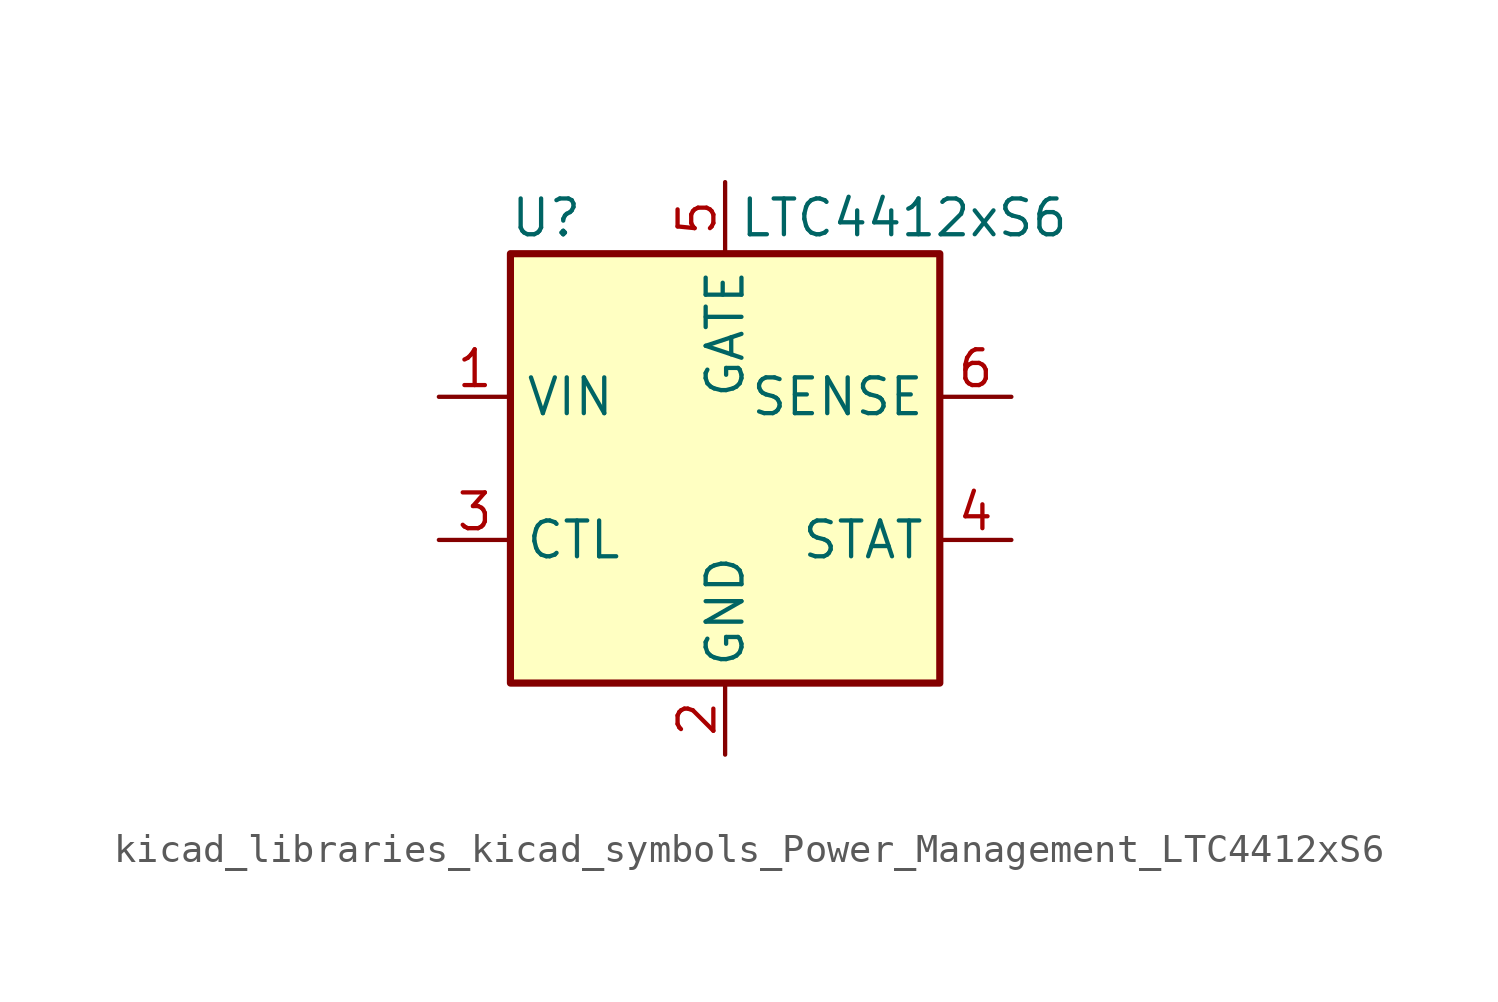
<source format=kicad_sym>
(kicad_symbol_lib
  (version 20220914)
  (generator kicad_symbol_editor)
  (symbol "kicad_libraries_kicad_symbols_Power_Management_LTC4412xS6"
    (property "Reference" "U"
      (at -6.35 8.89 0)
      (effects (font (size 1.27 1.27))))
    (property "Value" "LTC4412xS6"
      (at 6.35 8.89 0)
      (effects (font (size 1.27 1.27))))
    (symbol "kicad_libraries_kicad_symbols_Power_Management_LTC4412xS6_0_1"
      (rectangle (start -7.62 7.62) (end 7.62 -7.62) (stroke (width 0.254) (type default)) (fill (type background))))
    (symbol "kicad_libraries_kicad_symbols_Power_Management_LTC4412xS6_1_1"
      (pin power_in line (at -10.16 2.54 0) (length 2.54) (name "VIN" (effects (font (size 1.27 1.27)))) (number "1" (effects (font (size 1.27 1.27)))))
      (pin power_in line (at 0 -10.16 90) (length 2.54) (name "GND" (effects (font (size 1.27 1.27)))) (number "2" (effects (font (size 1.27 1.27)))))
      (pin input line (at -10.16 -2.54 0) (length 2.54) (name "CTL" (effects (font (size 1.27 1.27)))) (number "3" (effects (font (size 1.27 1.27)))))
      (pin open_collector line (at 10.16 -2.54 180) (length 2.54) (name "STAT" (effects (font (size 1.27 1.27)))) (number "4" (effects (font (size 1.27 1.27)))))
      (pin output line (at 0 10.16 270) (length 2.54) (name "GATE" (effects (font (size 1.27 1.27)))) (number "5" (effects (font (size 1.27 1.27)))))
      (pin input line (at 10.16 2.54 180) (length 2.54) (name "SENSE" (effects (font (size 1.27 1.27)))) (number "6" (effects (font (size 1.27 1.27))))))))
</source>
